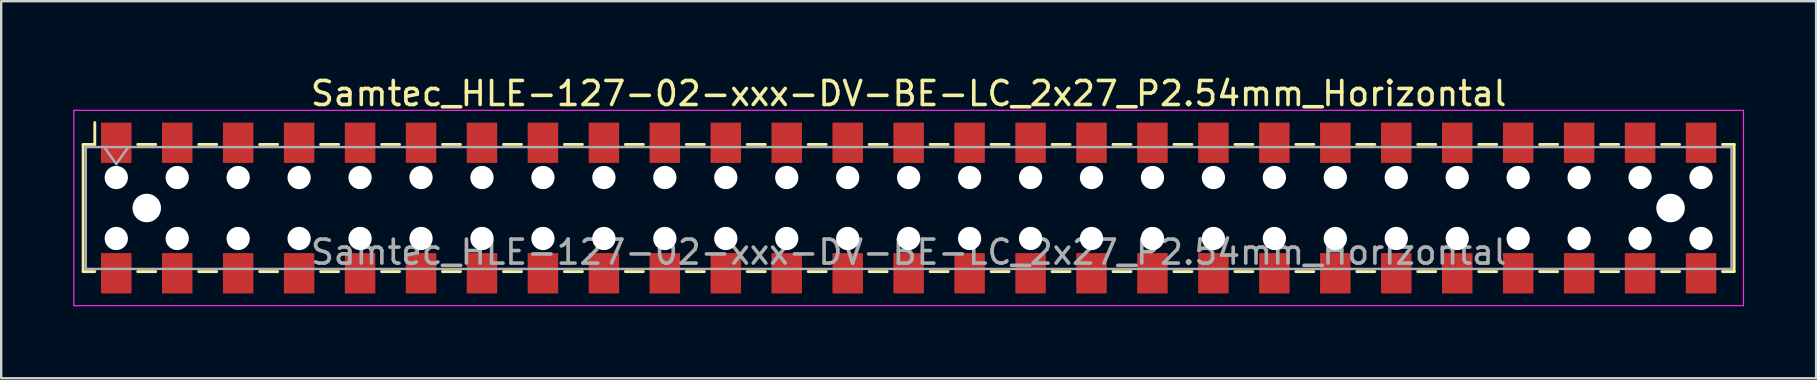
<source format=kicad_pcb>
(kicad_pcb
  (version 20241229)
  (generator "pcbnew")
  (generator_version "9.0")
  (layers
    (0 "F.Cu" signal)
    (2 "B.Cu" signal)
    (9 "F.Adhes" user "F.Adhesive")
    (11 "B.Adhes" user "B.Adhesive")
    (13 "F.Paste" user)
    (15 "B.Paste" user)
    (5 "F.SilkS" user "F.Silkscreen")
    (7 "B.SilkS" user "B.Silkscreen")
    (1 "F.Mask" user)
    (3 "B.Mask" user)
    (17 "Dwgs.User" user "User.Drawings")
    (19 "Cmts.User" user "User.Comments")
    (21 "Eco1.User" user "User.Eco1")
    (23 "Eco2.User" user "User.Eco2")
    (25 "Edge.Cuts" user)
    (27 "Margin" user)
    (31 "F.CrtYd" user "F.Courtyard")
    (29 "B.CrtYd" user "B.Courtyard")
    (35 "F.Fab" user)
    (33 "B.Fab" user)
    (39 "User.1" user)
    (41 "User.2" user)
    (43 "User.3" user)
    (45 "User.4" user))
  (footprint "Samtec_HLE-127-02-xxx-DV-BE-LC_2x27_P2.54mm_Horizontal"
    (layer "F.Cu")
    (at 34.815 5.618)
    (property "Reference" "Samtec_HLE-127-02-xxx-DV-BE-LC_2x27_P2.54mm_Horizontal" (at 0 -4.77 0) (layer "F.SilkS") (effects (font (size 1 1) (thickness 0.15))))
    (attr smd)
    (fp_line (start -34.4 -2.65) (end -34.4 2.65) (stroke (width 0.12) (type solid)) (layer "F.SilkS"))
    (fp_line (start -34.4 2.65) (end -33.915 2.65) (stroke (width 0.12) (type solid)) (layer "F.SilkS"))
    (fp_line (start -33.915 -3.56) (end -33.915 -2.65) (stroke (width 0.12) (type solid)) (layer "F.SilkS"))
    (fp_line (start -33.915 -2.65) (end -34.4 -2.65) (stroke (width 0.12) (type solid)) (layer "F.SilkS"))
    (fp_line (start -32.125 -2.65) (end -31.375 -2.65) (stroke (width 0.12) (type solid)) (layer "F.SilkS"))
    (fp_line (start -32.125 2.65) (end -31.375 2.65) (stroke (width 0.12) (type solid)) (layer "F.SilkS"))
    (fp_line (start -29.585 -2.65) (end -28.835 -2.65) (stroke (width 0.12) (type solid)) (layer "F.SilkS"))
    (fp_line (start -29.585 2.65) (end -28.835 2.65) (stroke (width 0.12) (type solid)) (layer "F.SilkS"))
    (fp_line (start -27.045 -2.65) (end -26.295 -2.65) (stroke (width 0.12) (type solid)) (layer "F.SilkS"))
    (fp_line (start -27.045 2.65) (end -26.295 2.65) (stroke (width 0.12) (type solid)) (layer "F.SilkS"))
    (fp_line (start -24.505 -2.65) (end -23.755 -2.65) (stroke (width 0.12) (type solid)) (layer "F.SilkS"))
    (fp_line (start -24.505 2.65) (end -23.755 2.65) (stroke (width 0.12) (type solid)) (layer "F.SilkS"))
    (fp_line (start -21.965 -2.65) (end -21.215 -2.65) (stroke (width 0.12) (type solid)) (layer "F.SilkS"))
    (fp_line (start -21.965 2.65) (end -21.215 2.65) (stroke (width 0.12) (type solid)) (layer "F.SilkS"))
    (fp_line (start -19.425 -2.65) (end -18.675 -2.65) (stroke (width 0.12) (type solid)) (layer "F.SilkS"))
    (fp_line (start -19.425 2.65) (end -18.675 2.65) (stroke (width 0.12) (type solid)) (layer "F.SilkS"))
    (fp_line (start -16.885 -2.65) (end -16.135 -2.65) (stroke (width 0.12) (type solid)) (layer "F.SilkS"))
    (fp_line (start -16.885 2.65) (end -16.135 2.65) (stroke (width 0.12) (type solid)) (layer "F.SilkS"))
    (fp_line (start -14.345 -2.65) (end -13.595 -2.65) (stroke (width 0.12) (type solid)) (layer "F.SilkS"))
    (fp_line (start -14.345 2.65) (end -13.595 2.65) (stroke (width 0.12) (type solid)) (layer "F.SilkS"))
    (fp_line (start -11.805 -2.65) (end -11.055 -2.65) (stroke (width 0.12) (type solid)) (layer "F.SilkS"))
    (fp_line (start -11.805 2.65) (end -11.055 2.65) (stroke (width 0.12) (type solid)) (layer "F.SilkS"))
    (fp_line (start -9.265 -2.65) (end -8.515 -2.65) (stroke (width 0.12) (type solid)) (layer "F.SilkS"))
    (fp_line (start -9.265 2.65) (end -8.515 2.65) (stroke (width 0.12) (type solid)) (layer "F.SilkS"))
    (fp_line (start -6.725 -2.65) (end -5.975 -2.65) (stroke (width 0.12) (type solid)) (layer "F.SilkS"))
    (fp_line (start -6.725 2.65) (end -5.975 2.65) (stroke (width 0.12) (type solid)) (layer "F.SilkS"))
    (fp_line (start -4.185 -2.65) (end -3.435 -2.65) (stroke (width 0.12) (type solid)) (layer "F.SilkS"))
    (fp_line (start -4.185 2.65) (end -3.435 2.65) (stroke (width 0.12) (type solid)) (layer "F.SilkS"))
    (fp_line (start -1.645 -2.65) (end -0.895 -2.65) (stroke (width 0.12) (type solid)) (layer "F.SilkS"))
    (fp_line (start -1.645 2.65) (end -0.895 2.65) (stroke (width 0.12) (type solid)) (layer "F.SilkS"))
    (fp_line (start 0.895 -2.65) (end 1.645 -2.65) (stroke (width 0.12) (type solid)) (layer "F.SilkS"))
    (fp_line (start 0.895 2.65) (end 1.645 2.65) (stroke (width 0.12) (type solid)) (layer "F.SilkS"))
    (fp_line (start 3.435 -2.65) (end 4.185 -2.65) (stroke (width 0.12) (type solid)) (layer "F.SilkS"))
    (fp_line (start 3.435 2.65) (end 4.185 2.65) (stroke (width 0.12) (type solid)) (layer "F.SilkS"))
    (fp_line (start 5.975 -2.65) (end 6.725 -2.65) (stroke (width 0.12) (type solid)) (layer "F.SilkS"))
    (fp_line (start 5.975 2.65) (end 6.725 2.65) (stroke (width 0.12) (type solid)) (layer "F.SilkS"))
    (fp_line (start 8.515 -2.65) (end 9.265 -2.65) (stroke (width 0.12) (type solid)) (layer "F.SilkS"))
    (fp_line (start 8.515 2.65) (end 9.265 2.65) (stroke (width 0.12) (type solid)) (layer "F.SilkS"))
    (fp_line (start 11.055 -2.65) (end 11.805 -2.65) (stroke (width 0.12) (type solid)) (layer "F.SilkS"))
    (fp_line (start 11.055 2.65) (end 11.805 2.65) (stroke (width 0.12) (type solid)) (layer "F.SilkS"))
    (fp_line (start 13.595 -2.65) (end 14.345 -2.65) (stroke (width 0.12) (type solid)) (layer "F.SilkS"))
    (fp_line (start 13.595 2.65) (end 14.345 2.65) (stroke (width 0.12) (type solid)) (layer "F.SilkS"))
    (fp_line (start 16.135 -2.65) (end 16.885 -2.65) (stroke (width 0.12) (type solid)) (layer "F.SilkS"))
    (fp_line (start 16.135 2.65) (end 16.885 2.65) (stroke (width 0.12) (type solid)) (layer "F.SilkS"))
    (fp_line (start 18.675 -2.65) (end 19.425 -2.65) (stroke (width 0.12) (type solid)) (layer "F.SilkS"))
    (fp_line (start 18.675 2.65) (end 19.425 2.65) (stroke (width 0.12) (type solid)) (layer "F.SilkS"))
    (fp_line (start 21.215 -2.65) (end 21.965 -2.65) (stroke (width 0.12) (type solid)) (layer "F.SilkS"))
    (fp_line (start 21.215 2.65) (end 21.965 2.65) (stroke (width 0.12) (type solid)) (layer "F.SilkS"))
    (fp_line (start 23.755 -2.65) (end 24.505 -2.65) (stroke (width 0.12) (type solid)) (layer "F.SilkS"))
    (fp_line (start 23.755 2.65) (end 24.505 2.65) (stroke (width 0.12) (type solid)) (layer "F.SilkS"))
    (fp_line (start 26.295 -2.65) (end 27.045 -2.65) (stroke (width 0.12) (type solid)) (layer "F.SilkS"))
    (fp_line (start 26.295 2.65) (end 27.045 2.65) (stroke (width 0.12) (type solid)) (layer "F.SilkS"))
    (fp_line (start 28.835 -2.65) (end 29.585 -2.65) (stroke (width 0.12) (type solid)) (layer "F.SilkS"))
    (fp_line (start 28.835 2.65) (end 29.585 2.65) (stroke (width 0.12) (type solid)) (layer "F.SilkS"))
    (fp_line (start 31.375 -2.65) (end 32.125 -2.65) (stroke (width 0.12) (type solid)) (layer "F.SilkS"))
    (fp_line (start 31.375 2.65) (end 32.125 2.65) (stroke (width 0.12) (type solid)) (layer "F.SilkS"))
    (fp_line (start 33.915 -2.65) (end 34.4 -2.65) (stroke (width 0.12) (type solid)) (layer "F.SilkS"))
    (fp_line (start 34.4 -2.65) (end 34.4 2.65) (stroke (width 0.12) (type solid)) (layer "F.SilkS"))
    (fp_line (start 34.4 2.65) (end 33.915 2.65) (stroke (width 0.12) (type solid)) (layer "F.SilkS"))
    (fp_line (start -34.79 -4.07) (end 34.79 -4.07) (stroke (width 0.05) (type solid)) (layer "F.CrtYd"))
    (fp_line (start -34.79 4.07) (end -34.79 -4.07) (stroke (width 0.05) (type solid)) (layer "F.CrtYd"))
    (fp_line (start 34.79 -4.07) (end 34.79 4.07) (stroke (width 0.05) (type solid)) (layer "F.CrtYd"))
    (fp_line (start 34.79 4.07) (end -34.79 4.07) (stroke (width 0.05) (type solid)) (layer "F.CrtYd"))
    (fp_line (start -34.29 -2.54) (end 34.29 -2.54) (stroke (width 0.1) (type solid)) (layer "F.Fab"))
    (fp_line (start -34.29 2.54) (end -34.29 -2.54) (stroke (width 0.1) (type solid)) (layer "F.Fab"))
    (fp_line (start -33.52 -2.54) (end -33.02 -1.833) (stroke (width 0.1) (type solid)) (layer "F.Fab"))
    (fp_line (start -33.02 -1.833) (end -32.52 -2.54) (stroke (width 0.1) (type solid)) (layer "F.Fab"))
    (fp_line (start 34.29 -2.54) (end 34.29 2.54) (stroke (width 0.1) (type solid)) (layer "F.Fab"))
    (fp_line (start 34.29 2.54) (end -34.29 2.54) (stroke (width 0.1) (type solid)) (layer "F.Fab"))
    (fp_text user "${REFERENCE}" (at 0 1.84 0) (layer "F.Fab") (effects (font (size 1 1) (thickness 0.15))))
    (pad "" np_thru_hole circle (at -33.02 -1.27) (size 0.97 0.97) (drill 0.97) (layers "*.Cu" "*.Mask"))
    (pad "" np_thru_hole circle (at -33.02 1.27) (size 0.97 0.97) (drill 0.97) (layers "*.Cu" "*.Mask"))
    (pad "" np_thru_hole circle (at -31.75 0) (size 1.19 1.19) (drill 1.19) (layers "*.Cu" "*.Mask"))
    (pad "" np_thru_hole circle (at -30.48 -1.27) (size 0.97 0.97) (drill 0.97) (layers "*.Cu" "*.Mask"))
    (pad "" np_thru_hole circle (at -30.48 1.27) (size 0.97 0.97) (drill 0.97) (layers "*.Cu" "*.Mask"))
    (pad "" np_thru_hole circle (at -27.94 -1.27) (size 0.97 0.97) (drill 0.97) (layers "*.Cu" "*.Mask"))
    (pad "" np_thru_hole circle (at -27.94 1.27) (size 0.97 0.97) (drill 0.97) (layers "*.Cu" "*.Mask"))
    (pad "" np_thru_hole circle (at -25.4 -1.27) (size 0.97 0.97) (drill 0.97) (layers "*.Cu" "*.Mask"))
    (pad "" np_thru_hole circle (at -25.4 1.27) (size 0.97 0.97) (drill 0.97) (layers "*.Cu" "*.Mask"))
    (pad "" np_thru_hole circle (at -22.86 -1.27) (size 0.97 0.97) (drill 0.97) (layers "*.Cu" "*.Mask"))
    (pad "" np_thru_hole circle (at -22.86 1.27) (size 0.97 0.97) (drill 0.97) (layers "*.Cu" "*.Mask"))
    (pad "" np_thru_hole circle (at -20.32 -1.27) (size 0.97 0.97) (drill 0.97) (layers "*.Cu" "*.Mask"))
    (pad "" np_thru_hole circle (at -20.32 1.27) (size 0.97 0.97) (drill 0.97) (layers "*.Cu" "*.Mask"))
    (pad "" np_thru_hole circle (at -17.78 -1.27) (size 0.97 0.97) (drill 0.97) (layers "*.Cu" "*.Mask"))
    (pad "" np_thru_hole circle (at -17.78 1.27) (size 0.97 0.97) (drill 0.97) (layers "*.Cu" "*.Mask"))
    (pad "" np_thru_hole circle (at -15.24 -1.27) (size 0.97 0.97) (drill 0.97) (layers "*.Cu" "*.Mask"))
    (pad "" np_thru_hole circle (at -15.24 1.27) (size 0.97 0.97) (drill 0.97) (layers "*.Cu" "*.Mask"))
    (pad "" np_thru_hole circle (at -12.7 -1.27) (size 0.97 0.97) (drill 0.97) (layers "*.Cu" "*.Mask"))
    (pad "" np_thru_hole circle (at -12.7 1.27) (size 0.97 0.97) (drill 0.97) (layers "*.Cu" "*.Mask"))
    (pad "" np_thru_hole circle (at -10.16 -1.27) (size 0.97 0.97) (drill 0.97) (layers "*.Cu" "*.Mask"))
    (pad "" np_thru_hole circle (at -10.16 1.27) (size 0.97 0.97) (drill 0.97) (layers "*.Cu" "*.Mask"))
    (pad "" np_thru_hole circle (at -7.62 -1.27) (size 0.97 0.97) (drill 0.97) (layers "*.Cu" "*.Mask"))
    (pad "" np_thru_hole circle (at -7.62 1.27) (size 0.97 0.97) (drill 0.97) (layers "*.Cu" "*.Mask"))
    (pad "" np_thru_hole circle (at -5.08 -1.27) (size 0.97 0.97) (drill 0.97) (layers "*.Cu" "*.Mask"))
    (pad "" np_thru_hole circle (at -5.08 1.27) (size 0.97 0.97) (drill 0.97) (layers "*.Cu" "*.Mask"))
    (pad "" np_thru_hole circle (at -2.54 -1.27) (size 0.97 0.97) (drill 0.97) (layers "*.Cu" "*.Mask"))
    (pad "" np_thru_hole circle (at -2.54 1.27) (size 0.97 0.97) (drill 0.97) (layers "*.Cu" "*.Mask"))
    (pad "" np_thru_hole circle (at 0 -1.27) (size 0.97 0.97) (drill 0.97) (layers "*.Cu" "*.Mask"))
    (pad "" np_thru_hole circle (at 0 1.27) (size 0.97 0.97) (drill 0.97) (layers "*.Cu" "*.Mask"))
    (pad "" np_thru_hole circle (at 2.54 -1.27) (size 0.97 0.97) (drill 0.97) (layers "*.Cu" "*.Mask"))
    (pad "" np_thru_hole circle (at 2.54 1.27) (size 0.97 0.97) (drill 0.97) (layers "*.Cu" "*.Mask"))
    (pad "" np_thru_hole circle (at 5.08 -1.27) (size 0.97 0.97) (drill 0.97) (layers "*.Cu" "*.Mask"))
    (pad "" np_thru_hole circle (at 5.08 1.27) (size 0.97 0.97) (drill 0.97) (layers "*.Cu" "*.Mask"))
    (pad "" np_thru_hole circle (at 7.62 -1.27) (size 0.97 0.97) (drill 0.97) (layers "*.Cu" "*.Mask"))
    (pad "" np_thru_hole circle (at 7.62 1.27) (size 0.97 0.97) (drill 0.97) (layers "*.Cu" "*.Mask"))
    (pad "" np_thru_hole circle (at 10.16 -1.27) (size 0.97 0.97) (drill 0.97) (layers "*.Cu" "*.Mask"))
    (pad "" np_thru_hole circle (at 10.16 1.27) (size 0.97 0.97) (drill 0.97) (layers "*.Cu" "*.Mask"))
    (pad "" np_thru_hole circle (at 12.7 -1.27) (size 0.97 0.97) (drill 0.97) (layers "*.Cu" "*.Mask"))
    (pad "" np_thru_hole circle (at 12.7 1.27) (size 0.97 0.97) (drill 0.97) (layers "*.Cu" "*.Mask"))
    (pad "" np_thru_hole circle (at 15.24 -1.27) (size 0.97 0.97) (drill 0.97) (layers "*.Cu" "*.Mask"))
    (pad "" np_thru_hole circle (at 15.24 1.27) (size 0.97 0.97) (drill 0.97) (layers "*.Cu" "*.Mask"))
    (pad "" np_thru_hole circle (at 17.78 -1.27) (size 0.97 0.97) (drill 0.97) (layers "*.Cu" "*.Mask"))
    (pad "" np_thru_hole circle (at 17.78 1.27) (size 0.97 0.97) (drill 0.97) (layers "*.Cu" "*.Mask"))
    (pad "" np_thru_hole circle (at 20.32 -1.27) (size 0.97 0.97) (drill 0.97) (layers "*.Cu" "*.Mask"))
    (pad "" np_thru_hole circle (at 20.32 1.27) (size 0.97 0.97) (drill 0.97) (layers "*.Cu" "*.Mask"))
    (pad "" np_thru_hole circle (at 22.86 -1.27) (size 0.97 0.97) (drill 0.97) (layers "*.Cu" "*.Mask"))
    (pad "" np_thru_hole circle (at 22.86 1.27) (size 0.97 0.97) (drill 0.97) (layers "*.Cu" "*.Mask"))
    (pad "" np_thru_hole circle (at 25.4 -1.27) (size 0.97 0.97) (drill 0.97) (layers "*.Cu" "*.Mask"))
    (pad "" np_thru_hole circle (at 25.4 1.27) (size 0.97 0.97) (drill 0.97) (layers "*.Cu" "*.Mask"))
    (pad "" np_thru_hole circle (at 27.94 -1.27) (size 0.97 0.97) (drill 0.97) (layers "*.Cu" "*.Mask"))
    (pad "" np_thru_hole circle (at 27.94 1.27) (size 0.97 0.97) (drill 0.97) (layers "*.Cu" "*.Mask"))
    (pad "" np_thru_hole circle (at 30.48 -1.27) (size 0.97 0.97) (drill 0.97) (layers "*.Cu" "*.Mask"))
    (pad "" np_thru_hole circle (at 30.48 1.27) (size 0.97 0.97) (drill 0.97) (layers "*.Cu" "*.Mask"))
    (pad "" np_thru_hole circle (at 31.75 0) (size 1.19 1.19) (drill 1.19) (layers "*.Cu" "*.Mask"))
    (pad "" np_thru_hole circle (at 33.02 -1.27) (size 0.97 0.97) (drill 0.97) (layers "*.Cu" "*.Mask"))
    (pad "" np_thru_hole circle (at 33.02 1.27) (size 0.97 0.97) (drill 0.97) (layers "*.Cu" "*.Mask"))
    (pad "1" smd rect (at -33.02 -2.72) (size 1.27 1.68) (layers "F.Cu" "F.Mask" "F.Paste"))
    (pad "2" smd rect (at -33.02 2.72) (size 1.27 1.68) (layers "F.Cu" "F.Mask" "F.Paste"))
    (pad "3" smd rect (at -30.48 -2.72) (size 1.27 1.68) (layers "F.Cu" "F.Mask" "F.Paste"))
    (pad "4" smd rect (at -30.48 2.72) (size 1.27 1.68) (layers "F.Cu" "F.Mask" "F.Paste"))
    (pad "5" smd rect (at -27.94 -2.72) (size 1.27 1.68) (layers "F.Cu" "F.Mask" "F.Paste"))
    (pad "6" smd rect (at -27.94 2.72) (size 1.27 1.68) (layers "F.Cu" "F.Mask" "F.Paste"))
    (pad "7" smd rect (at -25.4 -2.72) (size 1.27 1.68) (layers "F.Cu" "F.Mask" "F.Paste"))
    (pad "8" smd rect (at -25.4 2.72) (size 1.27 1.68) (layers "F.Cu" "F.Mask" "F.Paste"))
    (pad "9" smd rect (at -22.86 -2.72) (size 1.27 1.68) (layers "F.Cu" "F.Mask" "F.Paste"))
    (pad "10" smd rect (at -22.86 2.72) (size 1.27 1.68) (layers "F.Cu" "F.Mask" "F.Paste"))
    (pad "11" smd rect (at -20.32 -2.72) (size 1.27 1.68) (layers "F.Cu" "F.Mask" "F.Paste"))
    (pad "12" smd rect (at -20.32 2.72) (size 1.27 1.68) (layers "F.Cu" "F.Mask" "F.Paste"))
    (pad "13" smd rect (at -17.78 -2.72) (size 1.27 1.68) (layers "F.Cu" "F.Mask" "F.Paste"))
    (pad "14" smd rect (at -17.78 2.72) (size 1.27 1.68) (layers "F.Cu" "F.Mask" "F.Paste"))
    (pad "15" smd rect (at -15.24 -2.72) (size 1.27 1.68) (layers "F.Cu" "F.Mask" "F.Paste"))
    (pad "16" smd rect (at -15.24 2.72) (size 1.27 1.68) (layers "F.Cu" "F.Mask" "F.Paste"))
    (pad "17" smd rect (at -12.7 -2.72) (size 1.27 1.68) (layers "F.Cu" "F.Mask" "F.Paste"))
    (pad "18" smd rect (at -12.7 2.72) (size 1.27 1.68) (layers "F.Cu" "F.Mask" "F.Paste"))
    (pad "19" smd rect (at -10.16 -2.72) (size 1.27 1.68) (layers "F.Cu" "F.Mask" "F.Paste"))
    (pad "20" smd rect (at -10.16 2.72) (size 1.27 1.68) (layers "F.Cu" "F.Mask" "F.Paste"))
    (pad "21" smd rect (at -7.62 -2.72) (size 1.27 1.68) (layers "F.Cu" "F.Mask" "F.Paste"))
    (pad "22" smd rect (at -7.62 2.72) (size 1.27 1.68) (layers "F.Cu" "F.Mask" "F.Paste"))
    (pad "23" smd rect (at -5.08 -2.72) (size 1.27 1.68) (layers "F.Cu" "F.Mask" "F.Paste"))
    (pad "24" smd rect (at -5.08 2.72) (size 1.27 1.68) (layers "F.Cu" "F.Mask" "F.Paste"))
    (pad "25" smd rect (at -2.54 -2.72) (size 1.27 1.68) (layers "F.Cu" "F.Mask" "F.Paste"))
    (pad "26" smd rect (at -2.54 2.72) (size 1.27 1.68) (layers "F.Cu" "F.Mask" "F.Paste"))
    (pad "27" smd rect (at 0 -2.72) (size 1.27 1.68) (layers "F.Cu" "F.Mask" "F.Paste"))
    (pad "28" smd rect (at 0 2.72) (size 1.27 1.68) (layers "F.Cu" "F.Mask" "F.Paste"))
    (pad "29" smd rect (at 2.54 -2.72) (size 1.27 1.68) (layers "F.Cu" "F.Mask" "F.Paste"))
    (pad "30" smd rect (at 2.54 2.72) (size 1.27 1.68) (layers "F.Cu" "F.Mask" "F.Paste"))
    (pad "31" smd rect (at 5.08 -2.72) (size 1.27 1.68) (layers "F.Cu" "F.Mask" "F.Paste"))
    (pad "32" smd rect (at 5.08 2.72) (size 1.27 1.68) (layers "F.Cu" "F.Mask" "F.Paste"))
    (pad "33" smd rect (at 7.62 -2.72) (size 1.27 1.68) (layers "F.Cu" "F.Mask" "F.Paste"))
    (pad "34" smd rect (at 7.62 2.72) (size 1.27 1.68) (layers "F.Cu" "F.Mask" "F.Paste"))
    (pad "35" smd rect (at 10.16 -2.72) (size 1.27 1.68) (layers "F.Cu" "F.Mask" "F.Paste"))
    (pad "36" smd rect (at 10.16 2.72) (size 1.27 1.68) (layers "F.Cu" "F.Mask" "F.Paste"))
    (pad "37" smd rect (at 12.7 -2.72) (size 1.27 1.68) (layers "F.Cu" "F.Mask" "F.Paste"))
    (pad "38" smd rect (at 12.7 2.72) (size 1.27 1.68) (layers "F.Cu" "F.Mask" "F.Paste"))
    (pad "39" smd rect (at 15.24 -2.72) (size 1.27 1.68) (layers "F.Cu" "F.Mask" "F.Paste"))
    (pad "40" smd rect (at 15.24 2.72) (size 1.27 1.68) (layers "F.Cu" "F.Mask" "F.Paste"))
    (pad "41" smd rect (at 17.78 -2.72) (size 1.27 1.68) (layers "F.Cu" "F.Mask" "F.Paste"))
    (pad "42" smd rect (at 17.78 2.72) (size 1.27 1.68) (layers "F.Cu" "F.Mask" "F.Paste"))
    (pad "43" smd rect (at 20.32 -2.72) (size 1.27 1.68) (layers "F.Cu" "F.Mask" "F.Paste"))
    (pad "44" smd rect (at 20.32 2.72) (size 1.27 1.68) (layers "F.Cu" "F.Mask" "F.Paste"))
    (pad "45" smd rect (at 22.86 -2.72) (size 1.27 1.68) (layers "F.Cu" "F.Mask" "F.Paste"))
    (pad "46" smd rect (at 22.86 2.72) (size 1.27 1.68) (layers "F.Cu" "F.Mask" "F.Paste"))
    (pad "47" smd rect (at 25.4 -2.72) (size 1.27 1.68) (layers "F.Cu" "F.Mask" "F.Paste"))
    (pad "48" smd rect (at 25.4 2.72) (size 1.27 1.68) (layers "F.Cu" "F.Mask" "F.Paste"))
    (pad "49" smd rect (at 27.94 -2.72) (size 1.27 1.68) (layers "F.Cu" "F.Mask" "F.Paste"))
    (pad "50" smd rect (at 27.94 2.72) (size 1.27 1.68) (layers "F.Cu" "F.Mask" "F.Paste"))
    (pad "51" smd rect (at 30.48 -2.72) (size 1.27 1.68) (layers "F.Cu" "F.Mask" "F.Paste"))
    (pad "52" smd rect (at 30.48 2.72) (size 1.27 1.68) (layers "F.Cu" "F.Mask" "F.Paste"))
    (pad "53" smd rect (at 33.02 -2.72) (size 1.27 1.68) (layers "F.Cu" "F.Mask" "F.Paste"))
    (pad "54" smd rect (at 33.02 2.72) (size 1.27 1.68) (layers "F.Cu" "F.Mask" "F.Paste")))
  (gr_rect
    (start -3 -3)
    (end 72.63 12.713)
    (stroke (width 0.1) (type default))
    (fill no)
    (layer "Edge.Cuts")))
</source>
